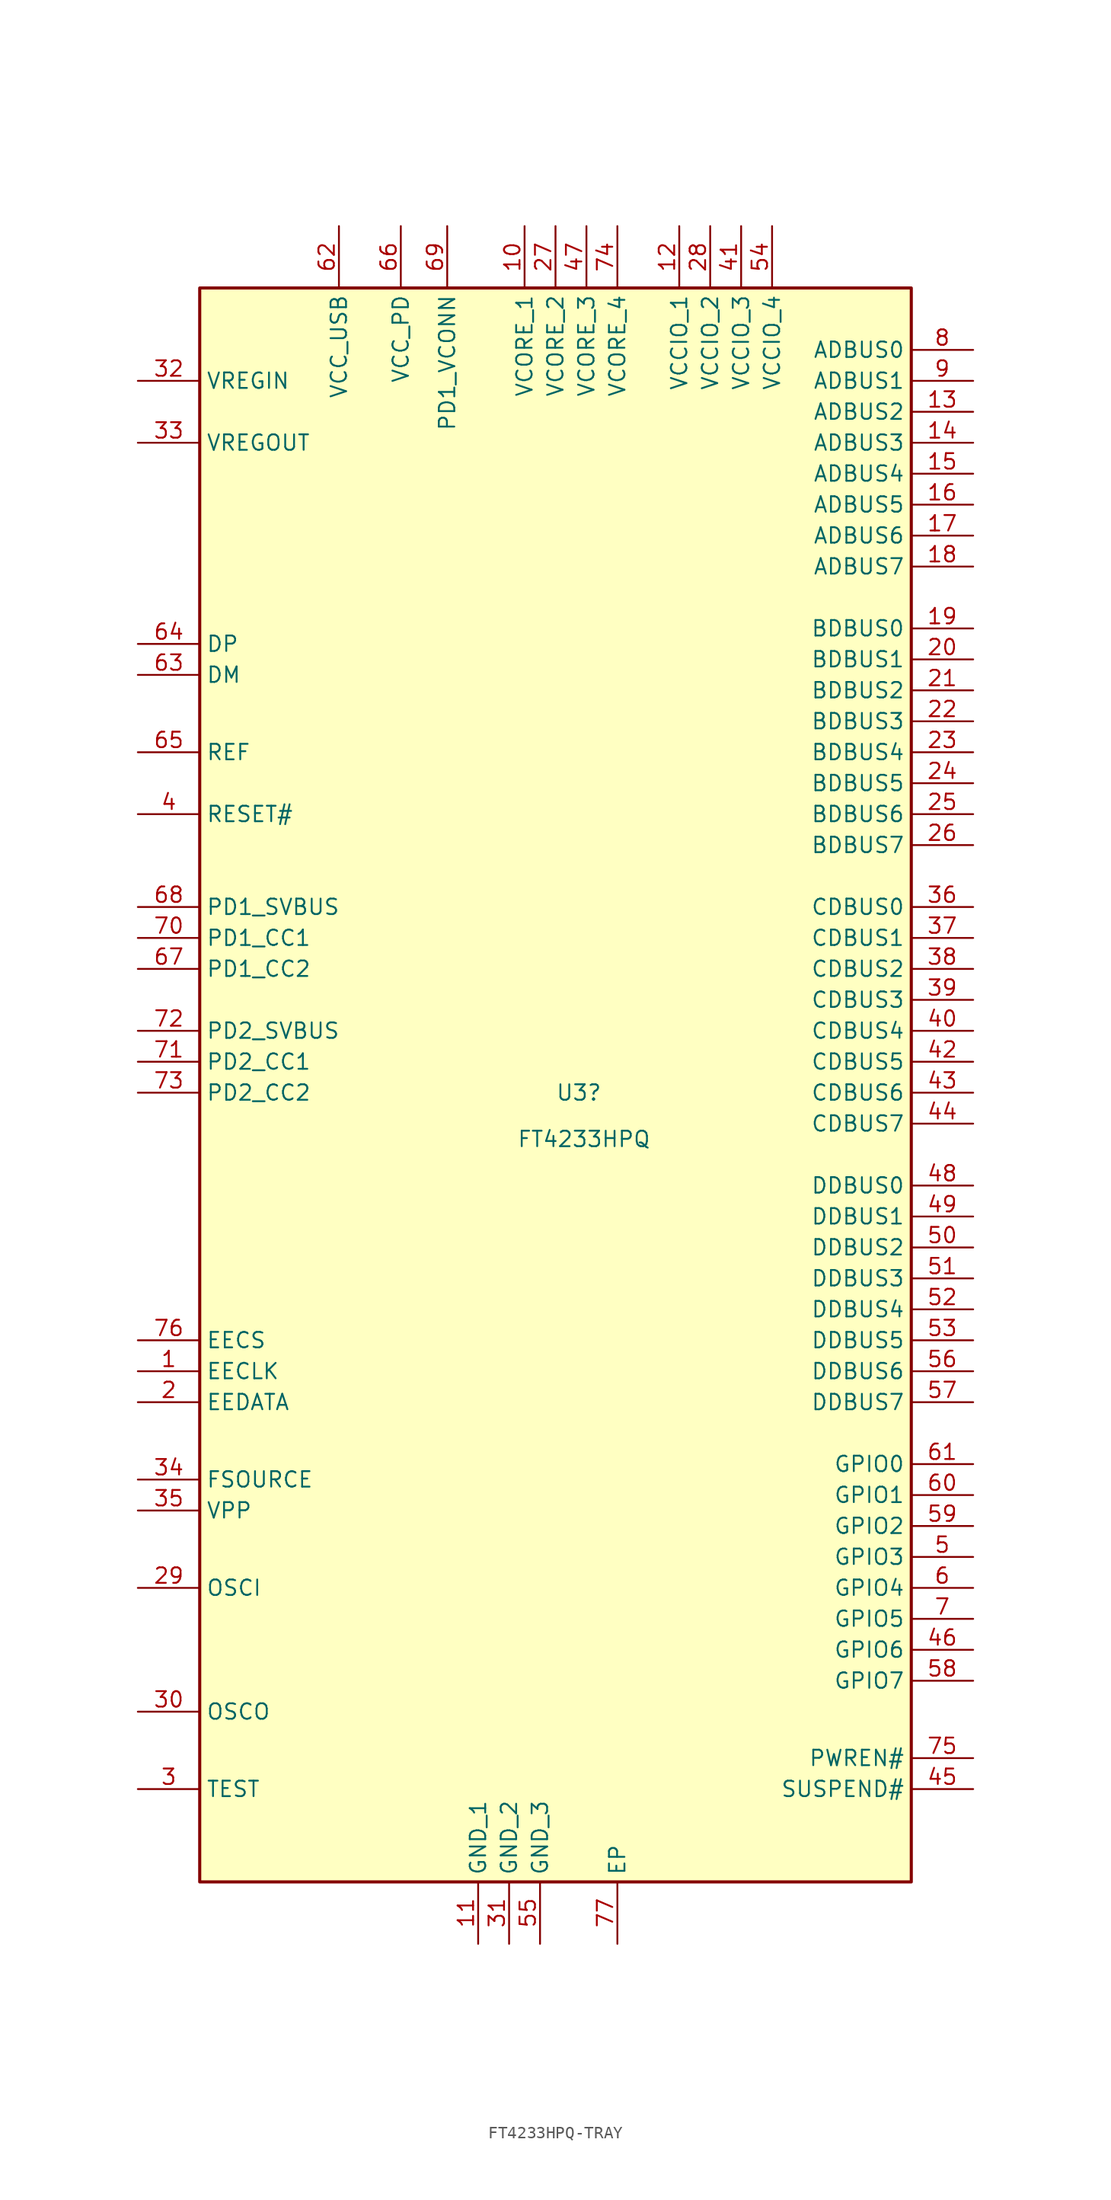
<source format=kicad_sym>
(kicad_symbol_lib
  (version 20220914)
  (generator kicad_symbol_editor)
  (symbol "FT4233HPQ-TRAY"
    (property "Reference" "U3"
      (at 29.21 0 0)
      (effects (font (size 1.27 1.27)) (justify left)))
    (property "Value" "FT4233HPQ"
      (at 26.035 -3.81 0)
      (effects (font (size 1.27 1.27)) (justify left)))
    (symbol "FT4233HPQ-TRAY_1_1"
      (rectangle (start 0 66.04) (end 58.42 -64.77) (stroke (width 0.254) (type default)) (fill (type background)))
      (pin passive line (at -5.08 -22.86 0) (length 5.08) (name "EECLK" (effects (font (size 1.27 1.27)))) (number "1" (effects (font (size 1.27 1.27)))))
      (pin passive line (at 26.67 71.12 270) (length 5.08) (name "VCORE_1" (effects (font (size 1.27 1.27)))) (number "10" (effects (font (size 1.27 1.27)))))
      (pin passive line (at 22.86 -69.85 90) (length 5.08) (name "GND_1" (effects (font (size 1.27 1.27)))) (number "11" (effects (font (size 1.27 1.27)))))
      (pin passive line (at 39.37 71.12 270) (length 5.08) (name "VCCIO_1" (effects (font (size 1.27 1.27)))) (number "12" (effects (font (size 1.27 1.27)))))
      (pin passive line (at 63.5 55.88 180) (length 5.08) (name "ADBUS2" (effects (font (size 1.27 1.27)))) (number "13" (effects (font (size 1.27 1.27)))))
      (pin passive line (at 63.5 53.34 180) (length 5.08) (name "ADBUS3" (effects (font (size 1.27 1.27)))) (number "14" (effects (font (size 1.27 1.27)))))
      (pin passive line (at 63.5 50.8 180) (length 5.08) (name "ADBUS4" (effects (font (size 1.27 1.27)))) (number "15" (effects (font (size 1.27 1.27)))))
      (pin passive line (at 63.5 48.26 180) (length 5.08) (name "ADBUS5" (effects (font (size 1.27 1.27)))) (number "16" (effects (font (size 1.27 1.27)))))
      (pin passive line (at 63.5 45.72 180) (length 5.08) (name "ADBUS6" (effects (font (size 1.27 1.27)))) (number "17" (effects (font (size 1.27 1.27)))))
      (pin passive line (at 63.5 43.18 180) (length 5.08) (name "ADBUS7" (effects (font (size 1.27 1.27)))) (number "18" (effects (font (size 1.27 1.27)))))
      (pin passive line (at 63.5 38.1 180) (length 5.08) (name "BDBUS0" (effects (font (size 1.27 1.27)))) (number "19" (effects (font (size 1.27 1.27)))))
      (pin passive line (at -5.08 -25.4 0) (length 5.08) (name "EEDATA" (effects (font (size 1.27 1.27)))) (number "2" (effects (font (size 1.27 1.27)))))
      (pin passive line (at 63.5 35.56 180) (length 5.08) (name "BDBUS1" (effects (font (size 1.27 1.27)))) (number "20" (effects (font (size 1.27 1.27)))))
      (pin passive line (at 63.5 33.02 180) (length 5.08) (name "BDBUS2" (effects (font (size 1.27 1.27)))) (number "21" (effects (font (size 1.27 1.27)))))
      (pin passive line (at 63.5 30.48 180) (length 5.08) (name "BDBUS3" (effects (font (size 1.27 1.27)))) (number "22" (effects (font (size 1.27 1.27)))))
      (pin passive line (at 63.5 27.94 180) (length 5.08) (name "BDBUS4" (effects (font (size 1.27 1.27)))) (number "23" (effects (font (size 1.27 1.27)))))
      (pin passive line (at 63.5 25.4 180) (length 5.08) (name "BDBUS5" (effects (font (size 1.27 1.27)))) (number "24" (effects (font (size 1.27 1.27)))))
      (pin passive line (at 63.5 22.86 180) (length 5.08) (name "BDBUS6" (effects (font (size 1.27 1.27)))) (number "25" (effects (font (size 1.27 1.27)))))
      (pin passive line (at 63.5 20.32 180) (length 5.08) (name "BDBUS7" (effects (font (size 1.27 1.27)))) (number "26" (effects (font (size 1.27 1.27)))))
      (pin passive line (at 29.21 71.12 270) (length 5.08) (name "VCORE_2" (effects (font (size 1.27 1.27)))) (number "27" (effects (font (size 1.27 1.27)))))
      (pin passive line (at 41.91 71.12 270) (length 5.08) (name "VCCIO_2" (effects (font (size 1.27 1.27)))) (number "28" (effects (font (size 1.27 1.27)))))
      (pin passive line (at -5.08 -40.64 0) (length 5.08) (name "OSCI" (effects (font (size 1.27 1.27)))) (number "29" (effects (font (size 1.27 1.27)))))
      (pin passive line (at -5.08 -57.15 0) (length 5.08) (name "TEST" (effects (font (size 1.27 1.27)))) (number "3" (effects (font (size 1.27 1.27)))))
      (pin passive line (at -5.08 -50.8 0) (length 5.08) (name "OSCO" (effects (font (size 1.27 1.27)))) (number "30" (effects (font (size 1.27 1.27)))))
      (pin passive line (at 25.4 -69.85 90) (length 5.08) (name "GND_2" (effects (font (size 1.27 1.27)))) (number "31" (effects (font (size 1.27 1.27)))))
      (pin passive line (at -5.08 58.42 0) (length 5.08) (name "VREGIN" (effects (font (size 1.27 1.27)))) (number "32" (effects (font (size 1.27 1.27)))))
      (pin passive line (at -5.08 53.34 0) (length 5.08) (name "VREGOUT" (effects (font (size 1.27 1.27)))) (number "33" (effects (font (size 1.27 1.27)))))
      (pin passive line (at -5.08 -31.75 0) (length 5.08) (name "FSOURCE" (effects (font (size 1.27 1.27)))) (number "34" (effects (font (size 1.27 1.27)))))
      (pin passive line (at -5.08 -34.29 0) (length 5.08) (name "VPP" (effects (font (size 1.27 1.27)))) (number "35" (effects (font (size 1.27 1.27)))))
      (pin passive line (at 63.5 15.24 180) (length 5.08) (name "CDBUS0" (effects (font (size 1.27 1.27)))) (number "36" (effects (font (size 1.27 1.27)))))
      (pin passive line (at 63.5 12.7 180) (length 5.08) (name "CDBUS1" (effects (font (size 1.27 1.27)))) (number "37" (effects (font (size 1.27 1.27)))))
      (pin passive line (at 63.5 10.16 180) (length 5.08) (name "CDBUS2" (effects (font (size 1.27 1.27)))) (number "38" (effects (font (size 1.27 1.27)))))
      (pin passive line (at 63.5 7.62 180) (length 5.08) (name "CDBUS3" (effects (font (size 1.27 1.27)))) (number "39" (effects (font (size 1.27 1.27)))))
      (pin passive line (at -5.08 22.86 0) (length 5.08) (name "RESET#" (effects (font (size 1.27 1.27)))) (number "4" (effects (font (size 1.27 1.27)))))
      (pin passive line (at 63.5 5.08 180) (length 5.08) (name "CDBUS4" (effects (font (size 1.27 1.27)))) (number "40" (effects (font (size 1.27 1.27)))))
      (pin passive line (at 44.45 71.12 270) (length 5.08) (name "VCCIO_3" (effects (font (size 1.27 1.27)))) (number "41" (effects (font (size 1.27 1.27)))))
      (pin passive line (at 63.5 2.54 180) (length 5.08) (name "CDBUS5" (effects (font (size 1.27 1.27)))) (number "42" (effects (font (size 1.27 1.27)))))
      (pin passive line (at 63.5 0 180) (length 5.08) (name "CDBUS6" (effects (font (size 1.27 1.27)))) (number "43" (effects (font (size 1.27 1.27)))))
      (pin passive line (at 63.5 -2.54 180) (length 5.08) (name "CDBUS7" (effects (font (size 1.27 1.27)))) (number "44" (effects (font (size 1.27 1.27)))))
      (pin passive line (at 63.5 -57.15 180) (length 5.08) (name "SUSPEND#" (effects (font (size 1.27 1.27)))) (number "45" (effects (font (size 1.27 1.27)))))
      (pin passive line (at 63.5 -45.72 180) (length 5.08) (name "GPIO6" (effects (font (size 1.27 1.27)))) (number "46" (effects (font (size 1.27 1.27)))))
      (pin passive line (at 31.75 71.12 270) (length 5.08) (name "VCORE_3" (effects (font (size 1.27 1.27)))) (number "47" (effects (font (size 1.27 1.27)))))
      (pin passive line (at 63.5 -7.62 180) (length 5.08) (name "DDBUS0" (effects (font (size 1.27 1.27)))) (number "48" (effects (font (size 1.27 1.27)))))
      (pin passive line (at 63.5 -10.16 180) (length 5.08) (name "DDBUS1" (effects (font (size 1.27 1.27)))) (number "49" (effects (font (size 1.27 1.27)))))
      (pin passive line (at 63.5 -38.1 180) (length 5.08) (name "GPIO3" (effects (font (size 1.27 1.27)))) (number "5" (effects (font (size 1.27 1.27)))))
      (pin passive line (at 63.5 -12.7 180) (length 5.08) (name "DDBUS2" (effects (font (size 1.27 1.27)))) (number "50" (effects (font (size 1.27 1.27)))))
      (pin passive line (at 63.5 -15.24 180) (length 5.08) (name "DDBUS3" (effects (font (size 1.27 1.27)))) (number "51" (effects (font (size 1.27 1.27)))))
      (pin passive line (at 63.5 -17.78 180) (length 5.08) (name "DDBUS4" (effects (font (size 1.27 1.27)))) (number "52" (effects (font (size 1.27 1.27)))))
      (pin passive line (at 63.5 -20.32 180) (length 5.08) (name "DDBUS5" (effects (font (size 1.27 1.27)))) (number "53" (effects (font (size 1.27 1.27)))))
      (pin passive line (at 46.99 71.12 270) (length 5.08) (name "VCCIO_4" (effects (font (size 1.27 1.27)))) (number "54" (effects (font (size 1.27 1.27)))))
      (pin passive line (at 27.94 -69.85 90) (length 5.08) (name "GND_3" (effects (font (size 1.27 1.27)))) (number "55" (effects (font (size 1.27 1.27)))))
      (pin passive line (at 63.5 -22.86 180) (length 5.08) (name "DDBUS6" (effects (font (size 1.27 1.27)))) (number "56" (effects (font (size 1.27 1.27)))))
      (pin passive line (at 63.5 -25.4 180) (length 5.08) (name "DDBUS7" (effects (font (size 1.27 1.27)))) (number "57" (effects (font (size 1.27 1.27)))))
      (pin passive line (at 63.5 -48.26 180) (length 5.08) (name "GPIO7" (effects (font (size 1.27 1.27)))) (number "58" (effects (font (size 1.27 1.27)))))
      (pin passive line (at 63.5 -35.56 180) (length 5.08) (name "GPIO2" (effects (font (size 1.27 1.27)))) (number "59" (effects (font (size 1.27 1.27)))))
      (pin passive line (at 63.5 -40.64 180) (length 5.08) (name "GPIO4" (effects (font (size 1.27 1.27)))) (number "6" (effects (font (size 1.27 1.27)))))
      (pin passive line (at 63.5 -33.02 180) (length 5.08) (name "GPIO1" (effects (font (size 1.27 1.27)))) (number "60" (effects (font (size 1.27 1.27)))))
      (pin passive line (at 63.5 -30.48 180) (length 5.08) (name "GPIO0" (effects (font (size 1.27 1.27)))) (number "61" (effects (font (size 1.27 1.27)))))
      (pin passive line (at 11.43 71.12 270) (length 5.08) (name "VCC_USB" (effects (font (size 1.27 1.27)))) (number "62" (effects (font (size 1.27 1.27)))))
      (pin passive line (at -5.08 34.29 0) (length 5.08) (name "DM" (effects (font (size 1.27 1.27)))) (number "63" (effects (font (size 1.27 1.27)))))
      (pin passive line (at -5.08 36.83 0) (length 5.08) (name "DP" (effects (font (size 1.27 1.27)))) (number "64" (effects (font (size 1.27 1.27)))))
      (pin passive line (at -5.08 27.94 0) (length 5.08) (name "REF" (effects (font (size 1.27 1.27)))) (number "65" (effects (font (size 1.27 1.27)))))
      (pin passive line (at 16.51 71.12 270) (length 5.08) (name "VCC_PD" (effects (font (size 1.27 1.27)))) (number "66" (effects (font (size 1.27 1.27)))))
      (pin passive line (at -5.08 10.16 0) (length 5.08) (name "PD1_CC2" (effects (font (size 1.27 1.27)))) (number "67" (effects (font (size 1.27 1.27)))))
      (pin passive line (at -5.08 15.24 0) (length 5.08) (name "PD1_SVBUS" (effects (font (size 1.27 1.27)))) (number "68" (effects (font (size 1.27 1.27)))))
      (pin passive line (at 20.32 71.12 270) (length 5.08) (name "PD1_VCONN" (effects (font (size 1.27 1.27)))) (number "69" (effects (font (size 1.27 1.27)))))
      (pin passive line (at 63.5 -43.18 180) (length 5.08) (name "GPIO5" (effects (font (size 1.27 1.27)))) (number "7" (effects (font (size 1.27 1.27)))))
      (pin passive line (at -5.08 12.7 0) (length 5.08) (name "PD1_CC1" (effects (font (size 1.27 1.27)))) (number "70" (effects (font (size 1.27 1.27)))))
      (pin passive line (at -5.08 2.54 0) (length 5.08) (name "PD2_CC1" (effects (font (size 1.27 1.27)))) (number "71" (effects (font (size 1.27 1.27)))))
      (pin passive line (at -5.08 5.08 0) (length 5.08) (name "PD2_SVBUS" (effects (font (size 1.27 1.27)))) (number "72" (effects (font (size 1.27 1.27)))))
      (pin passive line (at -5.08 0 0) (length 5.08) (name "PD2_CC2" (effects (font (size 1.27 1.27)))) (number "73" (effects (font (size 1.27 1.27)))))
      (pin passive line (at 34.29 71.12 270) (length 5.08) (name "VCORE_4" (effects (font (size 1.27 1.27)))) (number "74" (effects (font (size 1.27 1.27)))))
      (pin passive line (at 63.5 -54.61 180) (length 5.08) (name "PWREN#" (effects (font (size 1.27 1.27)))) (number "75" (effects (font (size 1.27 1.27)))))
      (pin passive line (at -5.08 -20.32 0) (length 5.08) (name "EECS" (effects (font (size 1.27 1.27)))) (number "76" (effects (font (size 1.27 1.27)))))
      (pin passive line (at 34.29 -69.85 90) (length 5.08) (name "EP" (effects (font (size 1.27 1.27)))) (number "77" (effects (font (size 1.27 1.27)))))
      (pin passive line (at 63.5 60.96 180) (length 5.08) (name "ADBUS0" (effects (font (size 1.27 1.27)))) (number "8" (effects (font (size 1.27 1.27)))))
      (pin passive line (at 63.5 58.42 180) (length 5.08) (name "ADBUS1" (effects (font (size 1.27 1.27)))) (number "9" (effects (font (size 1.27 1.27))))))))
</source>
